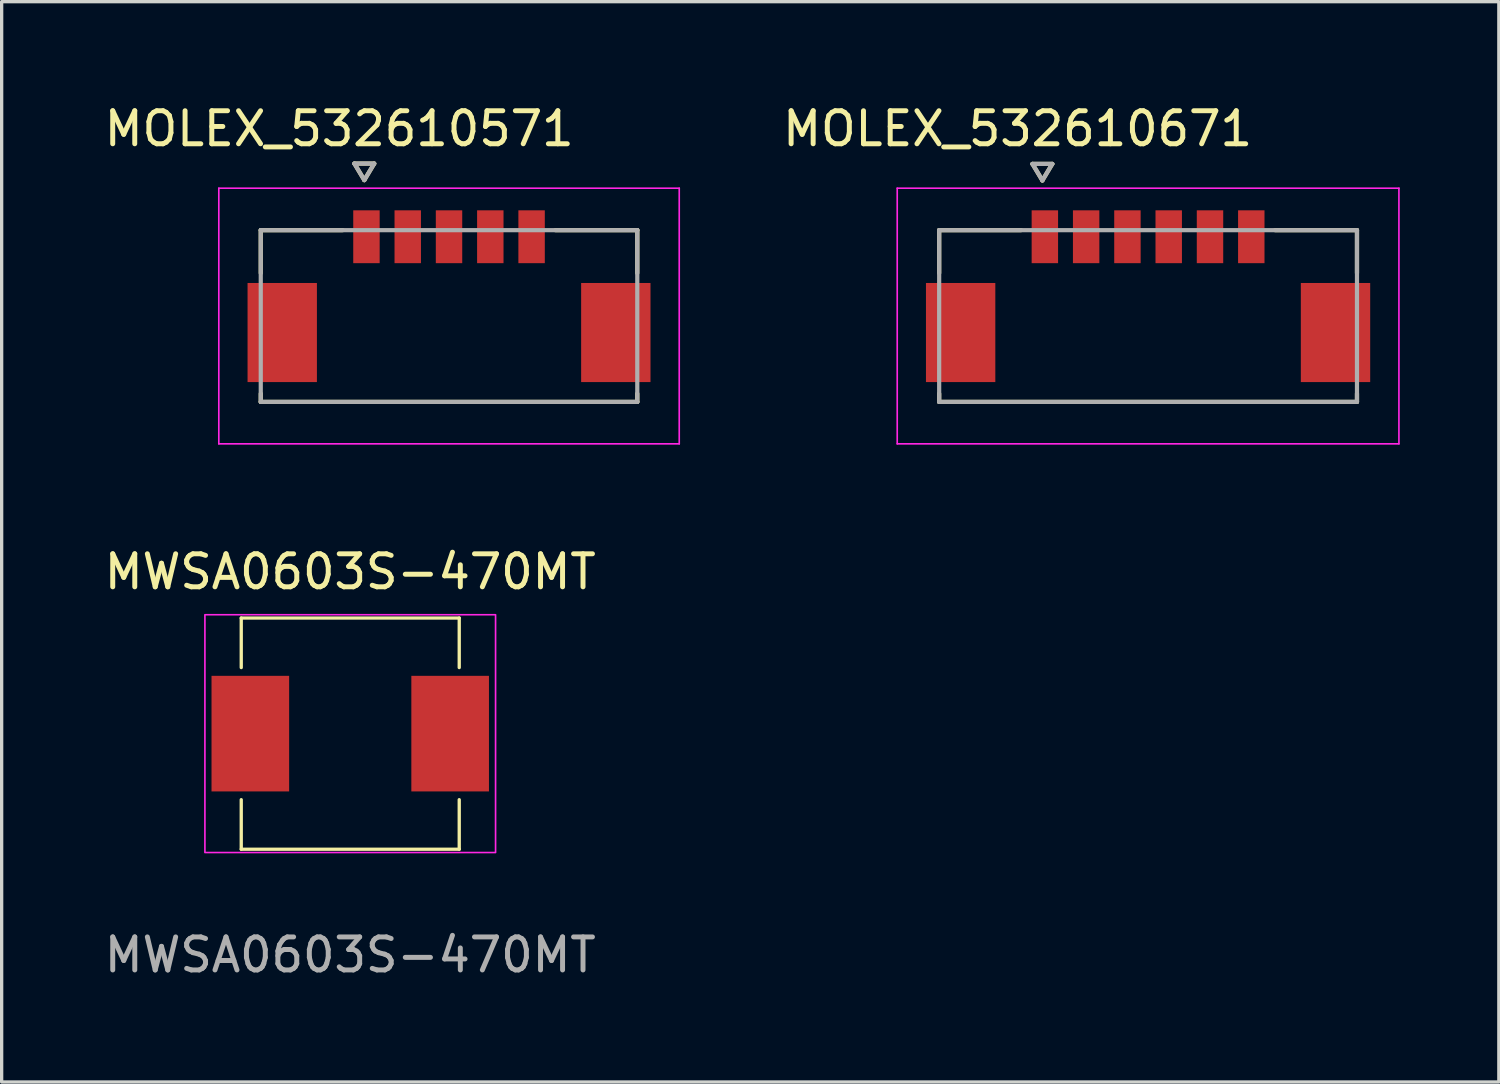
<source format=kicad_pcb>
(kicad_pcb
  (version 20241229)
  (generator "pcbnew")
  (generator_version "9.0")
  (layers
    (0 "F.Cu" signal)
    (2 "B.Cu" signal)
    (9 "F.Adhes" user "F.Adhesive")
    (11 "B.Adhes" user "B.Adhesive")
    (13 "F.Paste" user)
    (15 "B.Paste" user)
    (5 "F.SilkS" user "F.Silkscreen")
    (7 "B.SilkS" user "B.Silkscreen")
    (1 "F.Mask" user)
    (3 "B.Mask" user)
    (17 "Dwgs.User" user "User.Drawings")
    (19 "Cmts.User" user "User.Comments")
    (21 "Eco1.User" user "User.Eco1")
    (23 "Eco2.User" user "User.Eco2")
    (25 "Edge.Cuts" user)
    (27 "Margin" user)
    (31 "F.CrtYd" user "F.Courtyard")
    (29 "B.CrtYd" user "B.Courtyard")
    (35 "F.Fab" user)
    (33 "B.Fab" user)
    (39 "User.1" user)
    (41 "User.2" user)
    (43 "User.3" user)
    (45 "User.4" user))
  (footprint "MOLEX_532610571"
    (layer "F.Cu")
    (at 10.545 6.518)
    (property "Reference" "MOLEX_532610571" (at -3.325 -5.67 0) (layer "F.SilkS") (effects (font (size 1 1) (thickness 0.15))))
    (attr smd)
    (fp_poly (pts (xy -6.176 -1.076) (xy -3.924 -1.076) (xy -3.924 2.076) (xy -6.176 2.076)) (stroke (width 0.01) (type solid)) (fill yes) (layer "F.Mask"))
    (fp_poly (pts (xy -2.976 -3.276) (xy -2.024 -3.276) (xy -2.024 -1.524) (xy -2.976 -1.524)) (stroke (width 0.01) (type solid)) (fill yes) (layer "F.Mask"))
    (fp_poly (pts (xy -1.726 -3.276) (xy -0.774 -3.276) (xy -0.774 -1.524) (xy -1.726 -1.524)) (stroke (width 0.01) (type solid)) (fill yes) (layer "F.Mask"))
    (fp_poly (pts (xy -0.476 -3.276) (xy 0.476 -3.276) (xy 0.476 -1.524) (xy -0.476 -1.524)) (stroke (width 0.01) (type solid)) (fill yes) (layer "F.Mask"))
    (fp_poly (pts (xy 0.774 -3.276) (xy 1.726 -3.276) (xy 1.726 -1.524) (xy 0.774 -1.524)) (stroke (width 0.01) (type solid)) (fill yes) (layer "F.Mask"))
    (fp_poly (pts (xy 2.024 -3.276) (xy 2.976 -3.276) (xy 2.976 -1.524) (xy 2.024 -1.524)) (stroke (width 0.01) (type solid)) (fill yes) (layer "F.Mask"))
    (fp_poly (pts (xy 3.924 -1.076) (xy 6.176 -1.076) (xy 6.176 2.076) (xy 3.924 2.076)) (stroke (width 0.01) (type solid)) (fill yes) (layer "F.Mask"))
    (fp_line (start -5.7 -2.6) (end -3.22 -2.6) (stroke (width 0.127) (type solid)) (layer "F.SilkS"))
    (fp_line (start -5.7 -1.3) (end -5.7 -2.6) (stroke (width 0.127) (type solid)) (layer "F.SilkS"))
    (fp_line (start -5.7 2.6) (end -5.7 2.35) (stroke (width 0.127) (type solid)) (layer "F.SilkS"))
    (fp_line (start -5.7 2.6) (end 5.7 2.6) (stroke (width 0.127) (type solid)) (layer "F.SilkS"))
    (fp_line (start -2.865 -4.615) (end -2.265 -4.615) (stroke (width 0.127) (type solid)) (layer "F.SilkS"))
    (fp_line (start -2.565 -4.115) (end -2.865 -4.615) (stroke (width 0.127) (type solid)) (layer "F.SilkS"))
    (fp_line (start -2.265 -4.615) (end -2.565 -4.115) (stroke (width 0.127) (type solid)) (layer "F.SilkS"))
    (fp_line (start 3.22 -2.6) (end 5.7 -2.6) (stroke (width 0.127) (type solid)) (layer "F.SilkS"))
    (fp_line (start 5.7 -2.6) (end 5.7 -1.3) (stroke (width 0.127) (type solid)) (layer "F.SilkS"))
    (fp_line (start 5.7 2.6) (end 5.7 2.35) (stroke (width 0.127) (type solid)) (layer "F.SilkS"))
    (fp_line (start -6.97 3.87) (end -6.97 -3.87) (stroke (width 0.05) (type solid)) (layer "F.CrtYd"))
    (fp_line (start 6.97 -3.87) (end -6.97 -3.87) (stroke (width 0.05) (type solid)) (layer "F.CrtYd"))
    (fp_line (start 6.97 -3.87) (end 6.97 3.87) (stroke (width 0.05) (type solid)) (layer "F.CrtYd"))
    (fp_line (start 6.97 3.87) (end -6.97 3.87) (stroke (width 0.05) (type solid)) (layer "F.CrtYd"))
    (fp_line (start -5.7 -2.6) (end 5.7 -2.6) (stroke (width 0.127) (type solid)) (layer "F.Fab"))
    (fp_line (start -5.7 2.6) (end -5.7 -2.6) (stroke (width 0.127) (type solid)) (layer "F.Fab"))
    (fp_line (start -2.865 -4.615) (end -2.265 -4.615) (stroke (width 0.127) (type solid)) (layer "F.Fab"))
    (fp_line (start -2.565 -4.115) (end -2.865 -4.615) (stroke (width 0.127) (type solid)) (layer "F.Fab"))
    (fp_line (start -2.265 -4.615) (end -2.565 -4.115) (stroke (width 0.127) (type solid)) (layer "F.Fab"))
    (fp_line (start 5.7 -2.6) (end 5.7 2.6) (stroke (width 0.127) (type solid)) (layer "F.Fab"))
    (fp_line (start 5.7 2.6) (end -5.7 2.6) (stroke (width 0.127) (type solid)) (layer "F.Fab"))
    (pad "1" smd rect (at -2.5 -2.4) (size 0.8 1.6) (layers "F.Cu" "F.Paste"))
    (pad "2" smd rect (at -1.25 -2.4) (size 0.8 1.6) (layers "F.Cu" "F.Paste"))
    (pad "3" smd rect (at 0 -2.4) (size 0.8 1.6) (layers "F.Cu" "F.Paste"))
    (pad "4" smd rect (at 1.25 -2.4) (size 0.8 1.6) (layers "F.Cu" "F.Paste"))
    (pad "5" smd rect (at 2.5 -2.4) (size 0.8 1.6) (layers "F.Cu" "F.Paste"))
    (pad "S1" smd rect (at -5.05 0.5) (size 2.1 3) (layers "F.Cu" "F.Paste"))
    (pad "S2" smd rect (at 5.05 0.5) (size 2.1 3) (layers "F.Cu" "F.Paste")))
  (footprint "MOLEX_532610671"
    (layer "F.Cu")
    (at 31.71 6.518)
    (property "Reference" "MOLEX_532610671" (at -3.95 -5.67 0) (layer "F.SilkS") (effects (font (size 1 1) (thickness 0.15))))
    (attr smd)
    (fp_poly (pts (xy -6.801 -1.076) (xy -4.549 -1.076) (xy -4.549 2.076) (xy -6.801 2.076)) (stroke (width 0.01) (type solid)) (fill yes) (layer "F.Mask"))
    (fp_poly (pts (xy -3.601 -3.276) (xy -2.649 -3.276) (xy -2.649 -1.524) (xy -3.601 -1.524)) (stroke (width 0.01) (type solid)) (fill yes) (layer "F.Mask"))
    (fp_poly (pts (xy -2.351 -3.276) (xy -1.399 -3.276) (xy -1.399 -1.524) (xy -2.351 -1.524)) (stroke (width 0.01) (type solid)) (fill yes) (layer "F.Mask"))
    (fp_poly (pts (xy -1.101 -3.276) (xy -0.149 -3.276) (xy -0.149 -1.524) (xy -1.101 -1.524)) (stroke (width 0.01) (type solid)) (fill yes) (layer "F.Mask"))
    (fp_poly (pts (xy 0.149 -3.276) (xy 1.101 -3.276) (xy 1.101 -1.524) (xy 0.149 -1.524)) (stroke (width 0.01) (type solid)) (fill yes) (layer "F.Mask"))
    (fp_poly (pts (xy 1.399 -3.276) (xy 2.351 -3.276) (xy 2.351 -1.524) (xy 1.399 -1.524)) (stroke (width 0.01) (type solid)) (fill yes) (layer "F.Mask"))
    (fp_poly (pts (xy 2.649 -3.276) (xy 3.601 -3.276) (xy 3.601 -1.524) (xy 2.649 -1.524)) (stroke (width 0.01) (type solid)) (fill yes) (layer "F.Mask"))
    (fp_poly (pts (xy 4.549 -1.076) (xy 6.801 -1.076) (xy 6.801 2.076) (xy 4.549 2.076)) (stroke (width 0.01) (type solid)) (fill yes) (layer "F.Mask"))
    (fp_line (start -6.325 -2.6) (end -3.845 -2.6) (stroke (width 0.127) (type solid)) (layer "F.SilkS"))
    (fp_line (start -6.325 -1.3) (end -6.325 -2.6) (stroke (width 0.127) (type solid)) (layer "F.SilkS"))
    (fp_line (start -6.325 2.6) (end -6.325 2.35) (stroke (width 0.127) (type solid)) (layer "F.SilkS"))
    (fp_line (start -6.325 2.6) (end 6.325 2.6) (stroke (width 0.127) (type solid)) (layer "F.SilkS"))
    (fp_line (start -3.5 -4.605) (end -2.9 -4.605) (stroke (width 0.127) (type solid)) (layer "F.SilkS"))
    (fp_line (start -3.2 -4.105) (end -3.5 -4.605) (stroke (width 0.127) (type solid)) (layer "F.SilkS"))
    (fp_line (start -2.9 -4.605) (end -3.2 -4.105) (stroke (width 0.127) (type solid)) (layer "F.SilkS"))
    (fp_line (start 3.845 -2.6) (end 6.325 -2.6) (stroke (width 0.127) (type solid)) (layer "F.SilkS"))
    (fp_line (start 6.325 -2.6) (end 6.325 -1.3) (stroke (width 0.127) (type solid)) (layer "F.SilkS"))
    (fp_line (start 6.325 2.6) (end 6.325 2.35) (stroke (width 0.127) (type solid)) (layer "F.SilkS"))
    (fp_line (start -7.595 3.87) (end -7.595 -3.87) (stroke (width 0.05) (type solid)) (layer "F.CrtYd"))
    (fp_line (start 7.595 -3.87) (end -7.595 -3.87) (stroke (width 0.05) (type solid)) (layer "F.CrtYd"))
    (fp_line (start 7.595 -3.87) (end 7.595 3.87) (stroke (width 0.05) (type solid)) (layer "F.CrtYd"))
    (fp_line (start 7.595 3.87) (end -7.595 3.87) (stroke (width 0.05) (type solid)) (layer "F.CrtYd"))
    (fp_line (start -6.325 -2.6) (end 6.325 -2.6) (stroke (width 0.127) (type solid)) (layer "F.Fab"))
    (fp_line (start -6.325 2.6) (end -6.325 -2.6) (stroke (width 0.127) (type solid)) (layer "F.Fab"))
    (fp_line (start -3.5 -4.605) (end -2.9 -4.605) (stroke (width 0.127) (type solid)) (layer "F.Fab"))
    (fp_line (start -3.2 -4.105) (end -3.5 -4.605) (stroke (width 0.127) (type solid)) (layer "F.Fab"))
    (fp_line (start -2.9 -4.605) (end -3.2 -4.105) (stroke (width 0.127) (type solid)) (layer "F.Fab"))
    (fp_line (start 6.325 -2.6) (end 6.325 2.6) (stroke (width 0.127) (type solid)) (layer "F.Fab"))
    (fp_line (start 6.325 2.6) (end -6.325 2.6) (stroke (width 0.127) (type solid)) (layer "F.Fab"))
    (pad "1" smd rect (at -3.125 -2.4) (size 0.8 1.6) (layers "F.Cu" "F.Paste"))
    (pad "2" smd rect (at -1.875 -2.4) (size 0.8 1.6) (layers "F.Cu" "F.Paste"))
    (pad "3" smd rect (at -0.625 -2.4) (size 0.8 1.6) (layers "F.Cu" "F.Paste"))
    (pad "4" smd rect (at 0.625 -2.4) (size 0.8 1.6) (layers "F.Cu" "F.Paste"))
    (pad "5" smd rect (at 1.875 -2.4) (size 0.8 1.6) (layers "F.Cu" "F.Paste"))
    (pad "6" smd rect (at 3.125 -2.4) (size 0.8 1.6) (layers "F.Cu" "F.Paste"))
    (pad "S1" smd rect (at -5.675 0.5) (size 2.1 3) (layers "F.Cu" "F.Paste"))
    (pad "S2" smd rect (at 5.675 0.5) (size 2.1 3) (layers "F.Cu" "F.Paste")))
  (footprint "MWSA0603S-470MT"
    (layer "F.Cu")
    (at 7.554 19.162)
    (property "Reference" "MWSA0603S-470MT" (at 0 -4.9 0) (unlocked yes) (layer "F.SilkS") (effects (font (size 1 1) (thickness 0.15))))
    (attr smd)
    (fp_line (start -3.3 -3.5) (end 3.3 -3.5) (stroke (width 0.1) (type solid)) (layer "F.SilkS"))
    (fp_line (start -3.3 -2) (end -3.3 -3.5) (stroke (width 0.1) (type solid)) (layer "F.SilkS"))
    (fp_line (start -3.3 3.5) (end -3.3 2) (stroke (width 0.1) (type solid)) (layer "F.SilkS"))
    (fp_line (start 3.3 -2) (end 3.3 -3.5) (stroke (width 0.1) (type solid)) (layer "F.SilkS"))
    (fp_line (start 3.3 3.5) (end -3.3 3.5) (stroke (width 0.1) (type solid)) (layer "F.SilkS"))
    (fp_line (start 3.3 3.5) (end 3.3 2) (stroke (width 0.1) (type solid)) (layer "F.SilkS"))
    (fp_rect (start -4.4 -3.6) (end 4.4 3.6) (stroke (width 0.05) (type solid)) (fill no) (layer "F.CrtYd"))
    (fp_text user "${REFERENCE}" (at 0 6.7 0) (unlocked yes) (layer "F.Fab") (effects (font (size 1 1) (thickness 0.15))))
    (pad "1" smd rect (at -3.025 0) (size 2.35 3.5) (layers "F.Cu" "F.Mask" "F.Paste"))
    (pad "2" smd rect (at 3.025 0) (size 2.35 3.5) (layers "F.Cu" "F.Mask" "F.Paste")))
  (gr_rect
    (start -3 -3)
    (end 42.33 29.71)
    (stroke (width 0.1) (type default))
    (fill no)
    (layer "Edge.Cuts")))
</source>
